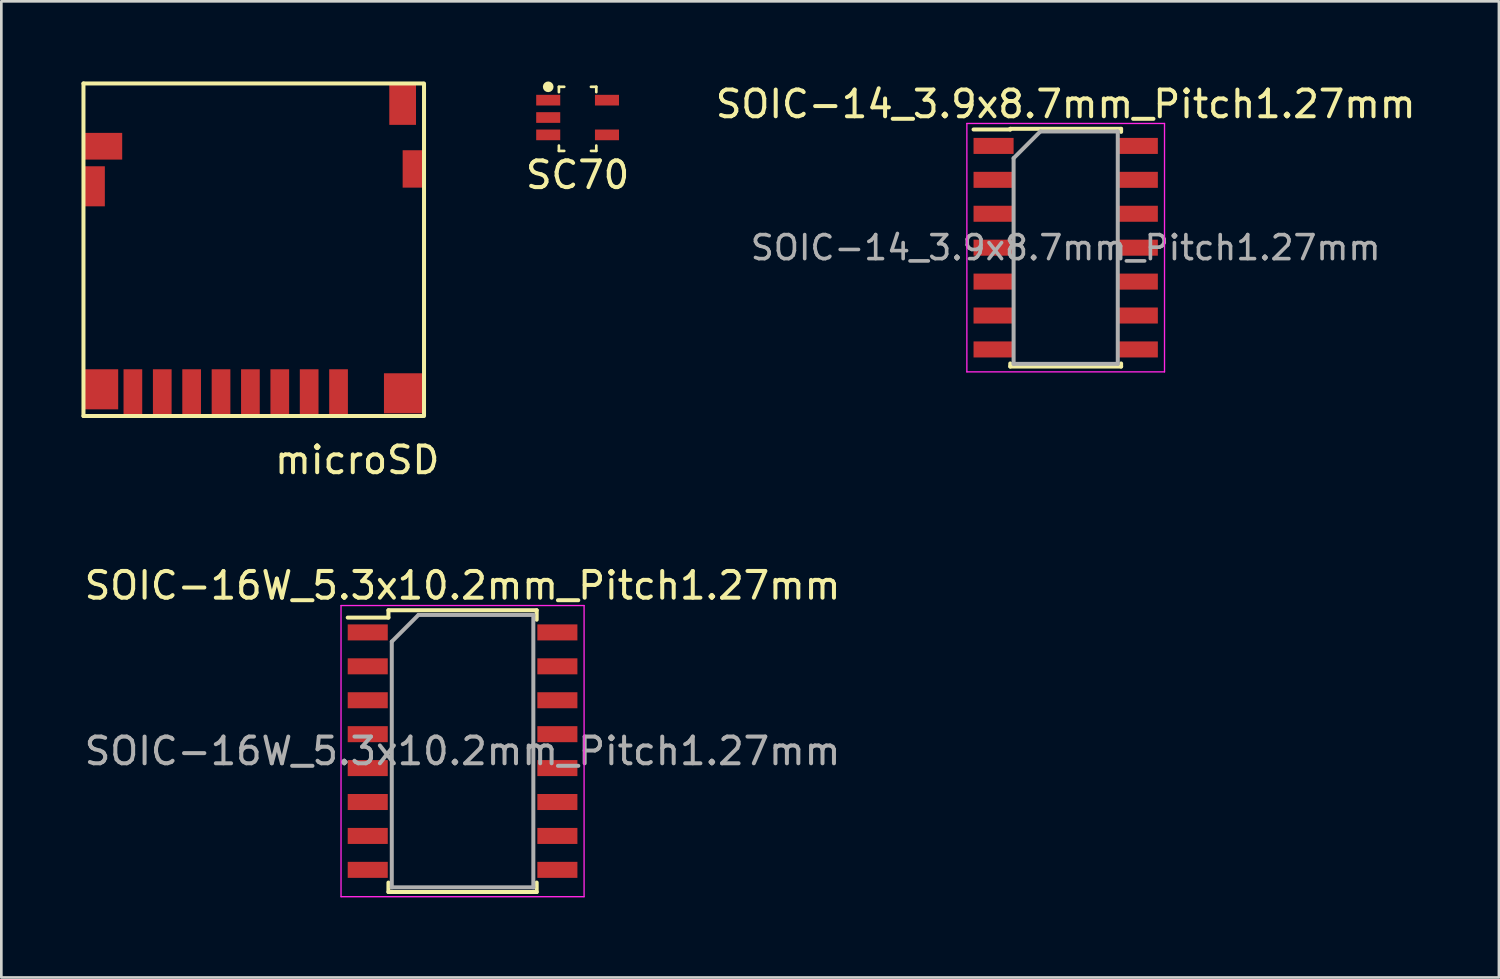
<source format=kicad_pcb>
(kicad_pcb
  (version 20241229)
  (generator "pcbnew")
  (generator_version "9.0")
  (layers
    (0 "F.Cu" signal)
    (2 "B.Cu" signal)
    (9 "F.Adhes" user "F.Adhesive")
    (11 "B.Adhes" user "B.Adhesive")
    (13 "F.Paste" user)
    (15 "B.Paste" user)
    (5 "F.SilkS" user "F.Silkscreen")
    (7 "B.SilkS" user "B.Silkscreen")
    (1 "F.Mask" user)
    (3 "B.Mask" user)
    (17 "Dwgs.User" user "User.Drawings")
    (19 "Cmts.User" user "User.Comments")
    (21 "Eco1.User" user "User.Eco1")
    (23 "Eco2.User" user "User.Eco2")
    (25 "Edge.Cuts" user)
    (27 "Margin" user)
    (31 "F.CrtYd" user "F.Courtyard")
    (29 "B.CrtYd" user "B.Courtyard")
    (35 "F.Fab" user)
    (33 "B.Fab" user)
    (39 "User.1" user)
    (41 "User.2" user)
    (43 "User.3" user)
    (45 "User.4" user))
  (footprint "SC70"
    (layer "F.Cu")
    (at 18.575 1.35)
    (property "Reference" "SC70" (at 0 2.15 0) (layer "F.SilkS") (effects (font (size 1 1) (thickness 0.15))))
    (attr through_hole)
    (fp_line (start -0.7 -1.15) (end -0.5 -1.15) (stroke (width 0.1) (type solid)) (layer "F.SilkS"))
    (fp_line (start -0.7 -0.95) (end -0.7 -1.15) (stroke (width 0.1) (type solid)) (layer "F.SilkS"))
    (fp_line (start -0.7 1.25) (end -0.7 1.05) (stroke (width 0.1) (type solid)) (layer "F.SilkS"))
    (fp_line (start -0.5 1.25) (end -0.7 1.25) (stroke (width 0.1) (type solid)) (layer "F.SilkS"))
    (fp_line (start 0.5 -1.15) (end 0.7 -1.15) (stroke (width 0.1) (type solid)) (layer "F.SilkS"))
    (fp_line (start 0.7 -1.15) (end 0.7 -0.95) (stroke (width 0.1) (type solid)) (layer "F.SilkS"))
    (fp_line (start 0.7 1.05) (end 0.7 1.25) (stroke (width 0.1) (type solid)) (layer "F.SilkS"))
    (fp_line (start 0.7 1.25) (end 0.5 1.25) (stroke (width 0.1) (type solid)) (layer "F.SilkS"))
    (fp_circle (center -1.1 -1.15) (end -1 -1.15) (stroke (width 0.2) (type solid)) (fill no) (layer "F.SilkS"))
    (pad "1" smd rect (at -1.1 -0.65) (size 0.9 0.4) (layers "F.Cu" "F.Mask" "F.Paste"))
    (pad "2" smd rect (at -1.1 0) (size 0.9 0.4) (layers "F.Cu" "F.Mask" "F.Paste"))
    (pad "3" smd rect (at -1.1 0.65) (size 0.9 0.4) (layers "F.Cu" "F.Mask" "F.Paste"))
    (pad "4" smd rect (at 1.1 0.65) (size 0.9 0.4) (layers "F.Cu" "F.Mask" "F.Paste"))
    (pad "5" smd rect (at 1.1 -0.65) (size 0.9 0.4) (layers "F.Cu" "F.Mask" "F.Paste")))
  (footprint "SOIC-14_3.9x8.7mm_Pitch1.27mm"
    (layer "F.Cu")
    (at 36.849 6.223)
    (property "Reference" "SOIC-14_3.9x8.7mm_Pitch1.27mm" (at 0 -5.375 0) (layer "F.SilkS") (effects (font (size 1 1) (thickness 0.15))))
    (attr smd)
    (fp_line (start -2.075 -4.45) (end -2.075 -4.425) (stroke (width 0.15) (type solid)) (layer "F.SilkS"))
    (fp_line (start -2.075 -4.45) (end 2.075 -4.45) (stroke (width 0.15) (type solid)) (layer "F.SilkS"))
    (fp_line (start -2.075 -4.425) (end -3.45 -4.425) (stroke (width 0.15) (type solid)) (layer "F.SilkS"))
    (fp_line (start -2.075 4.45) (end -2.075 4.335) (stroke (width 0.15) (type solid)) (layer "F.SilkS"))
    (fp_line (start -2.075 4.45) (end 2.075 4.45) (stroke (width 0.15) (type solid)) (layer "F.SilkS"))
    (fp_line (start 2.075 -4.45) (end 2.075 -4.335) (stroke (width 0.15) (type solid)) (layer "F.SilkS"))
    (fp_line (start 2.075 4.45) (end 2.075 4.335) (stroke (width 0.15) (type solid)) (layer "F.SilkS"))
    (fp_line (start -3.7 -4.65) (end -3.7 4.65) (stroke (width 0.05) (type solid)) (layer "F.CrtYd"))
    (fp_line (start -3.7 -4.65) (end 3.7 -4.65) (stroke (width 0.05) (type solid)) (layer "F.CrtYd"))
    (fp_line (start -3.7 4.65) (end 3.7 4.65) (stroke (width 0.05) (type solid)) (layer "F.CrtYd"))
    (fp_line (start 3.7 -4.65) (end 3.7 4.65) (stroke (width 0.05) (type solid)) (layer "F.CrtYd"))
    (fp_line (start -1.95 -3.35) (end -0.95 -4.35) (stroke (width 0.15) (type solid)) (layer "F.Fab"))
    (fp_line (start -1.95 4.35) (end -1.95 -3.35) (stroke (width 0.15) (type solid)) (layer "F.Fab"))
    (fp_line (start -0.95 -4.35) (end 1.95 -4.35) (stroke (width 0.15) (type solid)) (layer "F.Fab"))
    (fp_line (start 1.95 -4.35) (end 1.95 4.35) (stroke (width 0.15) (type solid)) (layer "F.Fab"))
    (fp_line (start 1.95 4.35) (end -1.95 4.35) (stroke (width 0.15) (type solid)) (layer "F.Fab"))
    (fp_text user "${REFERENCE}" (at 0 0 0) (layer "F.Fab") (effects (font (size 0.9 0.9) (thickness 0.135))))
    (pad "1" smd rect (at -2.7 -3.81) (size 1.5 0.6) (layers "F.Cu" "F.Mask" "F.Paste"))
    (pad "2" smd rect (at -2.7 -2.54) (size 1.5 0.6) (layers "F.Cu" "F.Mask" "F.Paste"))
    (pad "3" smd rect (at -2.7 -1.27) (size 1.5 0.6) (layers "F.Cu" "F.Mask" "F.Paste"))
    (pad "4" smd rect (at -2.7 0) (size 1.5 0.6) (layers "F.Cu" "F.Mask" "F.Paste"))
    (pad "5" smd rect (at -2.7 1.27) (size 1.5 0.6) (layers "F.Cu" "F.Mask" "F.Paste"))
    (pad "6" smd rect (at -2.7 2.54) (size 1.5 0.6) (layers "F.Cu" "F.Mask" "F.Paste"))
    (pad "7" smd rect (at -2.7 3.81) (size 1.5 0.6) (layers "F.Cu" "F.Mask" "F.Paste"))
    (pad "8" smd rect (at 2.7 3.81) (size 1.5 0.6) (layers "F.Cu" "F.Mask" "F.Paste"))
    (pad "9" smd rect (at 2.7 2.54) (size 1.5 0.6) (layers "F.Cu" "F.Mask" "F.Paste"))
    (pad "10" smd rect (at 2.7 1.27) (size 1.5 0.6) (layers "F.Cu" "F.Mask" "F.Paste"))
    (pad "11" smd rect (at 2.7 0) (size 1.5 0.6) (layers "F.Cu" "F.Mask" "F.Paste"))
    (pad "12" smd rect (at 2.7 -1.27) (size 1.5 0.6) (layers "F.Cu" "F.Mask" "F.Paste"))
    (pad "13" smd rect (at 2.7 -2.54) (size 1.5 0.6) (layers "F.Cu" "F.Mask" "F.Paste"))
    (pad "14" smd rect (at 2.7 -3.81) (size 1.5 0.6) (layers "F.Cu" "F.Mask" "F.Paste")))
  (footprint "microSD"
    (layer "F.Cu")
    (at 6.325 5.675)
    (property "Reference" "microSD" (at 4 8.5 0) (layer "F.SilkS") (effects (font (size 1 1) (thickness 0.15))))
    (attr through_hole)
    (fp_line (start -6.25 -5.6) (end -6.25 6.85) (stroke (width 0.15) (type solid)) (layer "F.SilkS"))
    (fp_line (start -6.25 -5.6) (end 6.45 -5.6) (stroke (width 0.15) (type solid)) (layer "F.SilkS"))
    (fp_line (start -6.25 6.85) (end 6.45 6.85) (stroke (width 0.15) (type solid)) (layer "F.SilkS"))
    (fp_line (start 6.5 -5.6) (end 6.5 6.85) (stroke (width 0.15) (type solid)) (layer "F.SilkS"))
    (pad "1" smd rect (at 3.3 5.975) (size 0.7 1.75) (layers "F.Cu" "F.Mask" "F.Paste"))
    (pad "2" smd rect (at 2.2 5.975) (size 0.7 1.75) (layers "F.Cu" "F.Mask" "F.Paste"))
    (pad "3" smd rect (at 1.1 5.975) (size 0.7 1.75) (layers "F.Cu" "F.Mask" "F.Paste"))
    (pad "4" smd rect (at 0 5.975) (size 0.7 1.75) (layers "F.Cu" "F.Mask" "F.Paste"))
    (pad "5" smd rect (at -1.1 5.975) (size 0.7 1.75) (layers "F.Cu" "F.Mask" "F.Paste"))
    (pad "6" smd rect (at -2.2 5.975) (size 0.7 1.75) (layers "F.Cu" "F.Mask" "F.Paste"))
    (pad "7" smd rect (at -3.3 5.975) (size 0.7 1.75) (layers "F.Cu" "F.Mask" "F.Paste"))
    (pad "8" smd rect (at -4.4 5.975) (size 0.7 1.75) (layers "F.Cu" "F.Mask" "F.Paste"))
    (pad "~" smd rect (at -5.85 -1.75) (size 0.8 1.5) (layers "F.Cu" "F.Mask" "F.Paste"))
    (pad "~" smd rect (at -5.6 5.85) (size 1.3 1.5) (layers "F.Cu" "F.Mask" "F.Paste"))
    (pad "~" smd rect (at -5.525 -3.25) (size 1.45 1) (layers "F.Cu" "F.Mask" "F.Paste"))
    (pad "~" smd rect (at 5.7 -4.825) (size 1 1.55) (layers "F.Cu" "F.Mask" "F.Paste"))
    (pad "~" smd rect (at 5.75 6) (size 1.5 1.5) (layers "F.Cu" "F.Mask" "F.Paste"))
    (pad "~" smd rect (at 6.1 -2.4) (size 0.8 1.4) (layers "F.Cu" "F.Mask" "F.Paste")))
  (footprint "SOIC-16W_5.3x10.2mm_Pitch1.27mm"
    (layer "F.Cu")
    (at 14.268 25.072)
    (property "Reference" "SOIC-16W_5.3x10.2mm_Pitch1.27mm" (at 0 -6.2 0) (layer "F.SilkS") (effects (font (size 1 1) (thickness 0.15))))
    (attr smd)
    (fp_line (start -2.775 -5.275) (end -2.775 -5) (stroke (width 0.15) (type solid)) (layer "F.SilkS"))
    (fp_line (start -2.775 -5.275) (end 2.775 -5.275) (stroke (width 0.15) (type solid)) (layer "F.SilkS"))
    (fp_line (start -2.775 -5) (end -4.3 -5) (stroke (width 0.15) (type solid)) (layer "F.SilkS"))
    (fp_line (start -2.775 5.275) (end -2.775 4.92) (stroke (width 0.15) (type solid)) (layer "F.SilkS"))
    (fp_line (start -2.775 5.275) (end 2.775 5.275) (stroke (width 0.15) (type solid)) (layer "F.SilkS"))
    (fp_line (start 2.775 -5.275) (end 2.775 -4.92) (stroke (width 0.15) (type solid)) (layer "F.SilkS"))
    (fp_line (start 2.775 5.275) (end 2.775 4.92) (stroke (width 0.15) (type solid)) (layer "F.SilkS"))
    (fp_line (start -4.55 -5.45) (end -4.55 5.45) (stroke (width 0.05) (type solid)) (layer "F.CrtYd"))
    (fp_line (start -4.55 -5.45) (end 4.55 -5.45) (stroke (width 0.05) (type solid)) (layer "F.CrtYd"))
    (fp_line (start -4.55 5.45) (end 4.55 5.45) (stroke (width 0.05) (type solid)) (layer "F.CrtYd"))
    (fp_line (start 4.55 -5.45) (end 4.55 5.45) (stroke (width 0.05) (type solid)) (layer "F.CrtYd"))
    (fp_line (start -2.65 -4.1) (end -1.65 -5.1) (stroke (width 0.15) (type solid)) (layer "F.Fab"))
    (fp_line (start -2.65 5.1) (end -2.65 -4.1) (stroke (width 0.15) (type solid)) (layer "F.Fab"))
    (fp_line (start -1.65 -5.1) (end 2.65 -5.1) (stroke (width 0.15) (type solid)) (layer "F.Fab"))
    (fp_line (start 2.65 -5.1) (end 2.65 5.1) (stroke (width 0.15) (type solid)) (layer "F.Fab"))
    (fp_line (start 2.65 5.1) (end -2.65 5.1) (stroke (width 0.15) (type solid)) (layer "F.Fab"))
    (fp_text user "${REFERENCE}" (at 0 0 0) (layer "F.Fab") (effects (font (size 1 1) (thickness 0.15))))
    (pad "1" smd rect (at -3.55 -4.445) (size 1.5 0.6) (layers "F.Cu" "F.Mask" "F.Paste"))
    (pad "2" smd rect (at -3.55 -3.175) (size 1.5 0.6) (layers "F.Cu" "F.Mask" "F.Paste"))
    (pad "3" smd rect (at -3.55 -1.905) (size 1.5 0.6) (layers "F.Cu" "F.Mask" "F.Paste"))
    (pad "4" smd rect (at -3.55 -0.635) (size 1.5 0.6) (layers "F.Cu" "F.Mask" "F.Paste"))
    (pad "5" smd rect (at -3.55 0.635) (size 1.5 0.6) (layers "F.Cu" "F.Mask" "F.Paste"))
    (pad "6" smd rect (at -3.55 1.905) (size 1.5 0.6) (layers "F.Cu" "F.Mask" "F.Paste"))
    (pad "7" smd rect (at -3.55 3.175) (size 1.5 0.6) (layers "F.Cu" "F.Mask" "F.Paste"))
    (pad "8" smd rect (at -3.55 4.445) (size 1.5 0.6) (layers "F.Cu" "F.Mask" "F.Paste"))
    (pad "9" smd rect (at 3.55 4.445) (size 1.5 0.6) (layers "F.Cu" "F.Mask" "F.Paste"))
    (pad "10" smd rect (at 3.55 3.175) (size 1.5 0.6) (layers "F.Cu" "F.Mask" "F.Paste"))
    (pad "11" smd rect (at 3.55 1.905) (size 1.5 0.6) (layers "F.Cu" "F.Mask" "F.Paste"))
    (pad "12" smd rect (at 3.55 0.635) (size 1.5 0.6) (layers "F.Cu" "F.Mask" "F.Paste"))
    (pad "13" smd rect (at 3.55 -0.635) (size 1.5 0.6) (layers "F.Cu" "F.Mask" "F.Paste"))
    (pad "14" smd rect (at 3.55 -1.905) (size 1.5 0.6) (layers "F.Cu" "F.Mask" "F.Paste"))
    (pad "15" smd rect (at 3.55 -3.175) (size 1.5 0.6) (layers "F.Cu" "F.Mask" "F.Paste"))
    (pad "16" smd rect (at 3.55 -4.445) (size 1.5 0.6) (layers "F.Cu" "F.Mask" "F.Paste")))
  (gr_rect
    (start -3 -3)
    (end 53.069 33.547)
    (stroke (width 0.1) (type default))
    (fill no)
    (layer "Edge.Cuts")))
</source>
